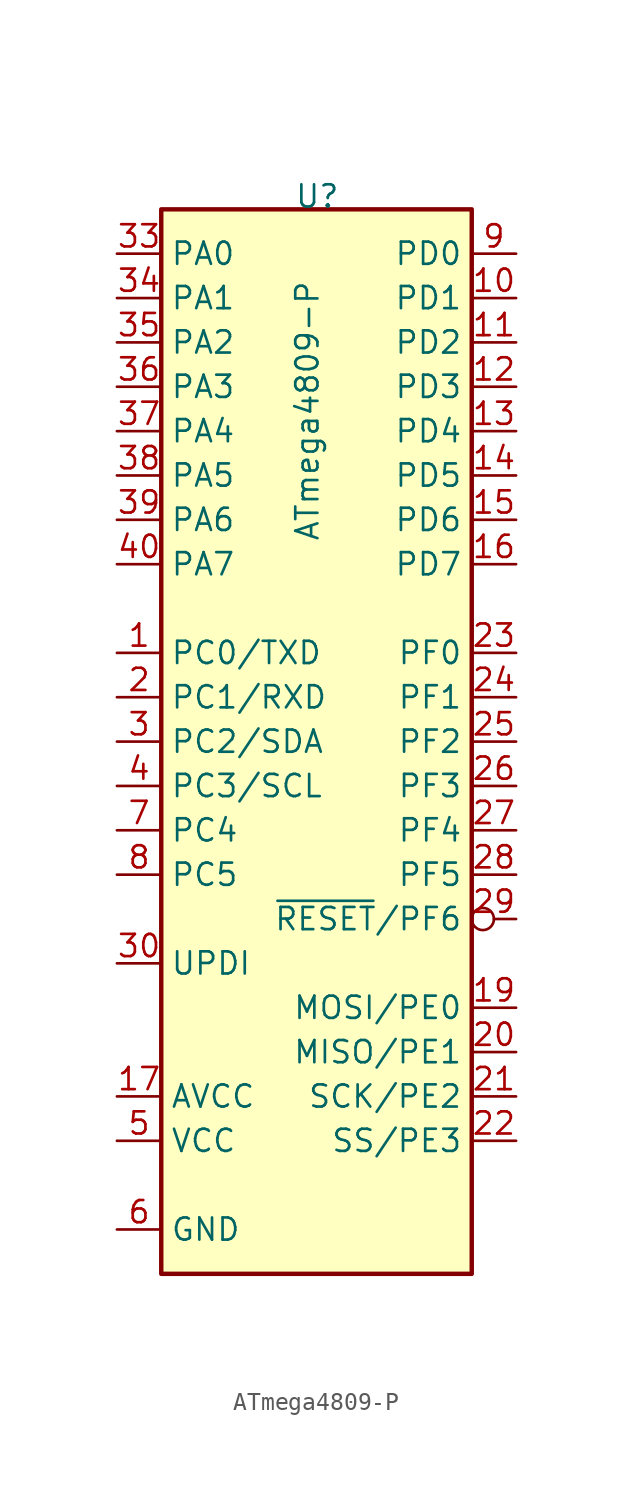
<source format=kicad_sym>
(kicad_symbol_lib
  (version 20211014)
  (generator kicad_symbol_editor)
  (symbol "ATmega4809-P"
    (property "Reference" "U"
      (at -1.27 30.48 0)
      (effects (font (size 1.27 1.27)) (justify left bottom)))
    (property "Value" "ATmega4809-P"
      (at -1.27 11.43 90)
      (effects (font (size 1.27 1.27)) (justify left top)))
    (symbol "ATmega4809-P_0_1"
      (rectangle (start -8.89 -30.48) (end 8.89 30.48) (stroke (width 0.254) (type default) (color 0 0 0 0)) (fill (type background))))
    (symbol "ATmega4809-P_1_1"
      (pin output line (at -11.43 5.08 0) (length 2.54) (name "PC0/TXD" (effects (font (size 1.27 1.27)))) (number "1" (effects (font (size 1.27 1.27)))))
      (pin input line (at 11.43 25.4 180) (length 2.54) (name "PD1" (effects (font (size 1.27 1.27)))) (number "10" (effects (font (size 1.27 1.27)))))
      (pin input line (at 11.43 22.86 180) (length 2.54) (name "PD2" (effects (font (size 1.27 1.27)))) (number "11" (effects (font (size 1.27 1.27)))))
      (pin input line (at 11.43 20.32 180) (length 2.54) (name "PD3" (effects (font (size 1.27 1.27)))) (number "12" (effects (font (size 1.27 1.27)))))
      (pin input line (at 11.43 17.78 180) (length 2.54) (name "PD4" (effects (font (size 1.27 1.27)))) (number "13" (effects (font (size 1.27 1.27)))))
      (pin input line (at 11.43 15.24 180) (length 2.54) (name "PD5" (effects (font (size 1.27 1.27)))) (number "14" (effects (font (size 1.27 1.27)))))
      (pin output line (at 11.43 12.7 180) (length 2.54) (name "PD6" (effects (font (size 1.27 1.27)))) (number "15" (effects (font (size 1.27 1.27)))))
      (pin input line (at 11.43 10.16 180) (length 2.54) (name "PD7" (effects (font (size 1.27 1.27)))) (number "16" (effects (font (size 1.27 1.27)))))
      (pin power_in line (at -11.43 -20.32 0) (length 2.54) (name "AVCC" (effects (font (size 1.27 1.27)))) (number "17" (effects (font (size 1.27 1.27)))))
      (pin power_in line (at -11.43 -27.94 0) (length 2.54) hide (name "GND" (effects (font (size 1.27 1.27)))) (number "18" (effects (font (size 1.27 1.27)))))
      (pin output line (at 11.43 -15.24 180) (length 2.54) (name "MOSI/PE0" (effects (font (size 1.27 1.27)))) (number "19" (effects (font (size 1.27 1.27)))))
      (pin input line (at -11.43 2.54 0) (length 2.54) (name "PC1/RXD" (effects (font (size 1.27 1.27)))) (number "2" (effects (font (size 1.27 1.27)))))
      (pin input line (at 11.43 -17.78 180) (length 2.54) (name "MISO/PE1" (effects (font (size 1.27 1.27)))) (number "20" (effects (font (size 1.27 1.27)))))
      (pin output line (at 11.43 -20.32 180) (length 2.54) (name "SCK/PE2" (effects (font (size 1.27 1.27)))) (number "21" (effects (font (size 1.27 1.27)))))
      (pin output line (at 11.43 -22.86 180) (length 2.54) (name "SS/PE3" (effects (font (size 1.27 1.27)))) (number "22" (effects (font (size 1.27 1.27)))))
      (pin output line (at 11.43 5.08 180) (length 2.54) (name "PF0" (effects (font (size 1.27 1.27)))) (number "23" (effects (font (size 1.27 1.27)))))
      (pin output line (at 11.43 2.54 180) (length 2.54) (name "PF1" (effects (font (size 1.27 1.27)))) (number "24" (effects (font (size 1.27 1.27)))))
      (pin input line (at 11.43 0 180) (length 2.54) (name "PF2" (effects (font (size 1.27 1.27)))) (number "25" (effects (font (size 1.27 1.27)))))
      (pin output line (at 11.43 -2.54 180) (length 2.54) (name "PF3" (effects (font (size 1.27 1.27)))) (number "26" (effects (font (size 1.27 1.27)))))
      (pin output line (at 11.43 -5.08 180) (length 2.54) (name "PF4" (effects (font (size 1.27 1.27)))) (number "27" (effects (font (size 1.27 1.27)))))
      (pin input line (at 11.43 -7.62 180) (length 2.54) (name "PF5" (effects (font (size 1.27 1.27)))) (number "28" (effects (font (size 1.27 1.27)))))
      (pin input inverted (at 11.43 -10.16 180) (length 2.54) (name "~{RESET}/PF6" (effects (font (size 1.27 1.27)))) (number "29" (effects (font (size 1.27 1.27)))))
      (pin output line (at -11.43 0 0) (length 2.54) (name "PC2/SDA" (effects (font (size 1.27 1.27)))) (number "3" (effects (font (size 1.27 1.27)))))
      (pin bidirectional line (at -11.43 -12.7 0) (length 2.54) (name "UPDI" (effects (font (size 1.27 1.27)))) (number "30" (effects (font (size 1.27 1.27)))))
      (pin power_in line (at -11.43 -22.86 0) (length 2.54) hide (name "VCC" (effects (font (size 1.27 1.27)))) (number "31" (effects (font (size 1.27 1.27)))))
      (pin power_in line (at -11.43 -27.94 0) (length 2.54) hide (name "GND" (effects (font (size 1.27 1.27)))) (number "32" (effects (font (size 1.27 1.27)))))
      (pin bidirectional line (at -11.43 27.94 0) (length 2.54) (name "PA0" (effects (font (size 1.27 1.27)))) (number "33" (effects (font (size 1.27 1.27)))))
      (pin bidirectional line (at -11.43 25.4 0) (length 2.54) (name "PA1" (effects (font (size 1.27 1.27)))) (number "34" (effects (font (size 1.27 1.27)))))
      (pin bidirectional line (at -11.43 22.86 0) (length 2.54) (name "PA2" (effects (font (size 1.27 1.27)))) (number "35" (effects (font (size 1.27 1.27)))))
      (pin bidirectional line (at -11.43 20.32 0) (length 2.54) (name "PA3" (effects (font (size 1.27 1.27)))) (number "36" (effects (font (size 1.27 1.27)))))
      (pin bidirectional line (at -11.43 17.78 0) (length 2.54) (name "PA4" (effects (font (size 1.27 1.27)))) (number "37" (effects (font (size 1.27 1.27)))))
      (pin bidirectional line (at -11.43 15.24 0) (length 2.54) (name "PA5" (effects (font (size 1.27 1.27)))) (number "38" (effects (font (size 1.27 1.27)))))
      (pin bidirectional line (at -11.43 12.7 0) (length 2.54) (name "PA6" (effects (font (size 1.27 1.27)))) (number "39" (effects (font (size 1.27 1.27)))))
      (pin output line (at -11.43 -2.54 0) (length 2.54) (name "PC3/SCL" (effects (font (size 1.27 1.27)))) (number "4" (effects (font (size 1.27 1.27)))))
      (pin bidirectional line (at -11.43 10.16 0) (length 2.54) (name "PA7" (effects (font (size 1.27 1.27)))) (number "40" (effects (font (size 1.27 1.27)))))
      (pin power_in line (at -11.43 -22.86 0) (length 2.54) (name "VCC" (effects (font (size 1.27 1.27)))) (number "5" (effects (font (size 1.27 1.27)))))
      (pin power_in line (at -11.43 -27.94 0) (length 2.54) (name "GND" (effects (font (size 1.27 1.27)))) (number "6" (effects (font (size 1.27 1.27)))))
      (pin input line (at -11.43 -5.08 0) (length 2.54) (name "PC4" (effects (font (size 1.27 1.27)))) (number "7" (effects (font (size 1.27 1.27)))))
      (pin input line (at -11.43 -7.62 0) (length 2.54) (name "PC5" (effects (font (size 1.27 1.27)))) (number "8" (effects (font (size 1.27 1.27)))))
      (pin output line (at 11.43 27.94 180) (length 2.54) (name "PD0" (effects (font (size 1.27 1.27)))) (number "9" (effects (font (size 1.27 1.27))))))))
</source>
